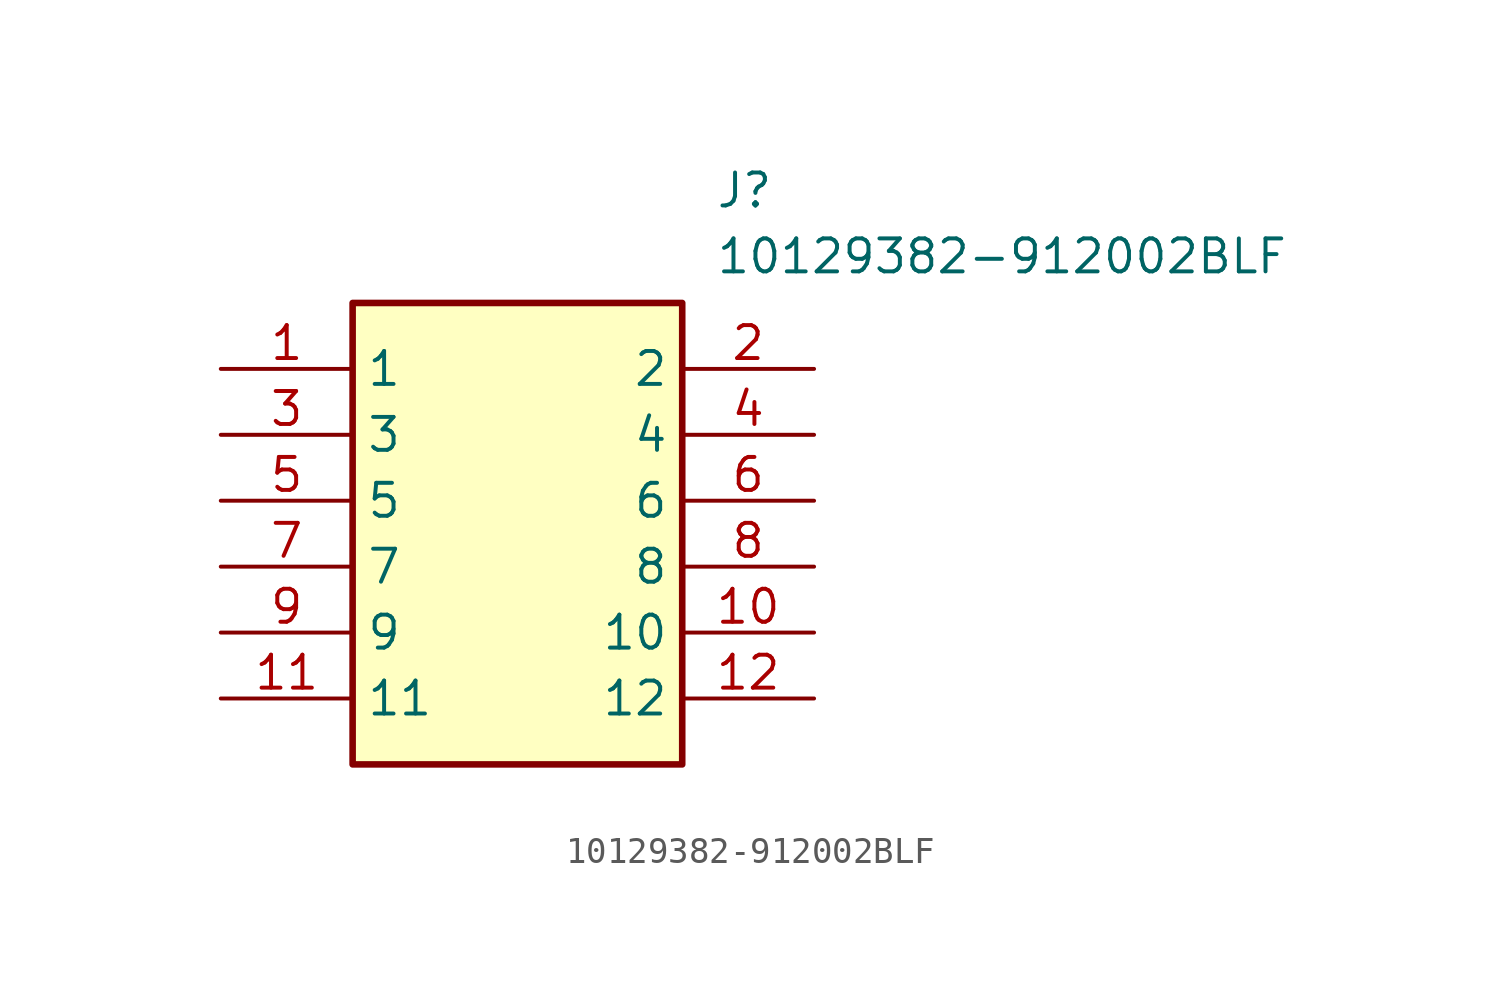
<source format=kicad_sym>
(kicad_symbol_lib
  (version 20211014)
  (generator SamacSys_ECAD_Model)
  (symbol "10129382-912002BLF"
    (property "Reference" "J"
      (at 19.05 7.62 0)
      (effects (font (size 1.27 1.27)) (justify left top)))
    (property "Value" "10129382-912002BLF"
      (at 19.05 5.08 0)
      (effects (font (size 1.27 1.27)) (justify left top)))
    (rectangle
      (start 5.08 2.54)
      (end 17.78 -15.24)
      (stroke (width 0.254) (type default))
      (fill (type background)))
    (pin passive line
      (at 0 0 0)
      (length 5.08)
      (name "1" (effects (font (size 1.27 1.27))))
      (number "1" (effects (font (size 1.27 1.27)))))
    (pin passive line
      (at 0 -2.54 0)
      (length 5.08)
      (name "3" (effects (font (size 1.27 1.27))))
      (number "3" (effects (font (size 1.27 1.27)))))
    (pin passive line
      (at 0 -5.08 0)
      (length 5.08)
      (name "5" (effects (font (size 1.27 1.27))))
      (number "5" (effects (font (size 1.27 1.27)))))
    (pin passive line
      (at 0 -7.62 0)
      (length 5.08)
      (name "7" (effects (font (size 1.27 1.27))))
      (number "7" (effects (font (size 1.27 1.27)))))
    (pin passive line
      (at 0 -10.16 0)
      (length 5.08)
      (name "9" (effects (font (size 1.27 1.27))))
      (number "9" (effects (font (size 1.27 1.27)))))
    (pin passive line
      (at 0 -12.7 0)
      (length 5.08)
      (name "11" (effects (font (size 1.27 1.27))))
      (number "11" (effects (font (size 1.27 1.27)))))
    (pin passive line
      (at 22.86 0 180)
      (length 5.08)
      (name "2" (effects (font (size 1.27 1.27))))
      (number "2" (effects (font (size 1.27 1.27)))))
    (pin passive line
      (at 22.86 -2.54 180)
      (length 5.08)
      (name "4" (effects (font (size 1.27 1.27))))
      (number "4" (effects (font (size 1.27 1.27)))))
    (pin passive line
      (at 22.86 -5.08 180)
      (length 5.08)
      (name "6" (effects (font (size 1.27 1.27))))
      (number "6" (effects (font (size 1.27 1.27)))))
    (pin passive line
      (at 22.86 -7.62 180)
      (length 5.08)
      (name "8" (effects (font (size 1.27 1.27))))
      (number "8" (effects (font (size 1.27 1.27)))))
    (pin passive line
      (at 22.86 -10.16 180)
      (length 5.08)
      (name "10" (effects (font (size 1.27 1.27))))
      (number "10" (effects (font (size 1.27 1.27)))))
    (pin passive line
      (at 22.86 -12.7 180)
      (length 5.08)
      (name "12" (effects (font (size 1.27 1.27))))
      (number "12" (effects (font (size 1.27 1.27)))))))
</source>
